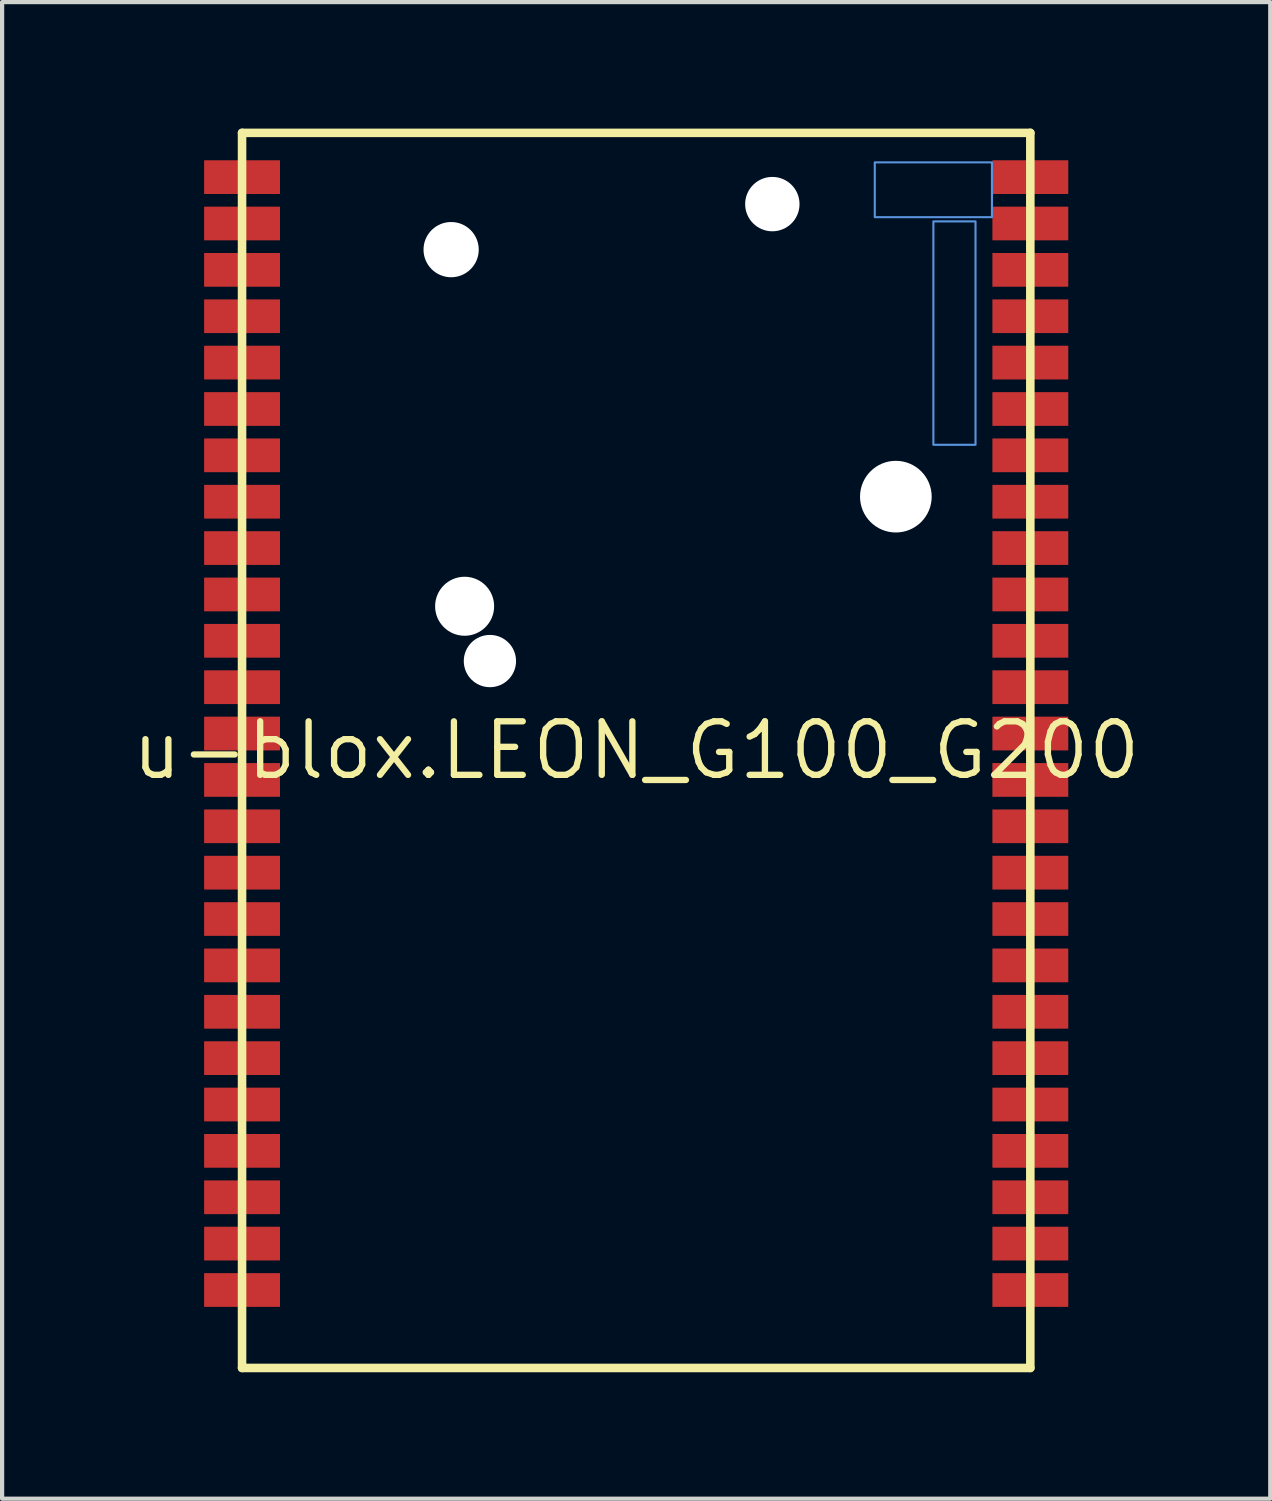
<source format=kicad_pcb>
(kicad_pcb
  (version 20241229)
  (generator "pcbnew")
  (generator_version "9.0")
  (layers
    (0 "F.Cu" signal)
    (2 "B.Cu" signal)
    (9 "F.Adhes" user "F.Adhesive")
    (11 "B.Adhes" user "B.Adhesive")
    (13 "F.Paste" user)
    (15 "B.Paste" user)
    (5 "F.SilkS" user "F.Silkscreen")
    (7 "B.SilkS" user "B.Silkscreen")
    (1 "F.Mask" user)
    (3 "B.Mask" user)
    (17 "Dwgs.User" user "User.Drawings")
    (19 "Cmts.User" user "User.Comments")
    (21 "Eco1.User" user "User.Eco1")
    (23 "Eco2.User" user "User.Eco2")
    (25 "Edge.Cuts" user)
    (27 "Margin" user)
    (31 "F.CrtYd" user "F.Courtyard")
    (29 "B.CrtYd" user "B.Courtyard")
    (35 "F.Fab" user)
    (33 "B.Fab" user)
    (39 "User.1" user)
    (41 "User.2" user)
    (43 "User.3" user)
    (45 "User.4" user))
  (footprint "u-blox.LEON_G100_G200"
    (layer "F.Cu")
    (at 12.042 14.752)
    (property "Reference" "u-blox.LEON_G100_G200" (at 0 0 0) (layer "F.SilkS") (effects (font (size 1.27 1.27) (thickness 0.15))))
    (attr smd)
    (fp_rect (start -11.4 -13.15) (end -8.4 -14.05) (stroke (width 0.05) (type default)) (fill yes) (layer "F.Mask"))
    (fp_rect (start -11.4 -12.05) (end -8.4 -12.95) (stroke (width 0.05) (type default)) (fill yes) (layer "F.Mask"))
    (fp_rect (start -11.4 -10.95) (end -8.4 -11.85) (stroke (width 0.05) (type default)) (fill yes) (layer "F.Mask"))
    (fp_rect (start -11.4 -9.85) (end -8.4 -10.75) (stroke (width 0.05) (type default)) (fill yes) (layer "F.Mask"))
    (fp_rect (start -11.4 -8.75) (end -8.4 -9.65) (stroke (width 0.05) (type default)) (fill yes) (layer "F.Mask"))
    (fp_rect (start -11.4 -7.65) (end -8.4 -8.55) (stroke (width 0.05) (type default)) (fill yes) (layer "F.Mask"))
    (fp_rect (start -11.4 -6.55) (end -8.4 -7.45) (stroke (width 0.05) (type default)) (fill yes) (layer "F.Mask"))
    (fp_rect (start -11.4 -5.45) (end -8.4 -6.35) (stroke (width 0.05) (type default)) (fill yes) (layer "F.Mask"))
    (fp_rect (start -11.4 -4.35) (end -8.4 -5.25) (stroke (width 0.05) (type default)) (fill yes) (layer "F.Mask"))
    (fp_rect (start -11.4 -3.25) (end -8.4 -4.15) (stroke (width 0.05) (type default)) (fill yes) (layer "F.Mask"))
    (fp_rect (start -11.4 -2.15) (end -8.4 -3.05) (stroke (width 0.05) (type default)) (fill yes) (layer "F.Mask"))
    (fp_rect (start -11.4 -1.05) (end -8.4 -1.95) (stroke (width 0.05) (type default)) (fill yes) (layer "F.Mask"))
    (fp_rect (start -11.4 0.05) (end -8.4 -0.85) (stroke (width 0.05) (type default)) (fill yes) (layer "F.Mask"))
    (fp_rect (start -11.4 1.15) (end -8.4 0.25) (stroke (width 0.05) (type default)) (fill yes) (layer "F.Mask"))
    (fp_rect (start -11.4 2.25) (end -8.4 1.35) (stroke (width 0.05) (type default)) (fill yes) (layer "F.Mask"))
    (fp_rect (start -11.4 3.35) (end -8.4 2.45) (stroke (width 0.05) (type default)) (fill yes) (layer "F.Mask"))
    (fp_rect (start -11.4 4.45) (end -8.4 3.55) (stroke (width 0.05) (type default)) (fill yes) (layer "F.Mask"))
    (fp_rect (start -11.4 5.55) (end -8.4 4.65) (stroke (width 0.05) (type default)) (fill yes) (layer "F.Mask"))
    (fp_rect (start -11.4 6.65) (end -8.4 5.75) (stroke (width 0.05) (type default)) (fill yes) (layer "F.Mask"))
    (fp_rect (start -11.4 7.75) (end -8.4 6.85) (stroke (width 0.05) (type default)) (fill yes) (layer "F.Mask"))
    (fp_rect (start -11.4 8.85) (end -8.4 7.95) (stroke (width 0.05) (type default)) (fill yes) (layer "F.Mask"))
    (fp_rect (start -11.4 9.95) (end -8.4 9.05) (stroke (width 0.05) (type default)) (fill yes) (layer "F.Mask"))
    (fp_rect (start -11.4 11.05) (end -8.4 10.15) (stroke (width 0.05) (type default)) (fill yes) (layer "F.Mask"))
    (fp_rect (start -11.4 12.15) (end -8.4 11.25) (stroke (width 0.05) (type default)) (fill yes) (layer "F.Mask"))
    (fp_rect (start -11.4 13.25) (end -8.4 12.35) (stroke (width 0.05) (type default)) (fill yes) (layer "F.Mask"))
    (fp_rect (start 8.4 -13.15) (end 11.4 -14.05) (stroke (width 0.05) (type default)) (fill yes) (layer "F.Mask"))
    (fp_rect (start 8.4 -12.05) (end 11.4 -12.95) (stroke (width 0.05) (type default)) (fill yes) (layer "F.Mask"))
    (fp_rect (start 8.4 -10.95) (end 11.4 -11.85) (stroke (width 0.05) (type default)) (fill yes) (layer "F.Mask"))
    (fp_rect (start 8.4 -9.85) (end 11.4 -10.75) (stroke (width 0.05) (type default)) (fill yes) (layer "F.Mask"))
    (fp_rect (start 8.4 -8.75) (end 11.4 -9.65) (stroke (width 0.05) (type default)) (fill yes) (layer "F.Mask"))
    (fp_rect (start 8.4 -7.65) (end 11.4 -8.55) (stroke (width 0.05) (type default)) (fill yes) (layer "F.Mask"))
    (fp_rect (start 8.4 -6.55) (end 11.4 -7.45) (stroke (width 0.05) (type default)) (fill yes) (layer "F.Mask"))
    (fp_rect (start 8.4 -5.45) (end 11.4 -6.35) (stroke (width 0.05) (type default)) (fill yes) (layer "F.Mask"))
    (fp_rect (start 8.4 -4.35) (end 11.4 -5.25) (stroke (width 0.05) (type default)) (fill yes) (layer "F.Mask"))
    (fp_rect (start 8.4 -3.25) (end 11.4 -4.15) (stroke (width 0.05) (type default)) (fill yes) (layer "F.Mask"))
    (fp_rect (start 8.4 -2.15) (end 11.4 -3.05) (stroke (width 0.05) (type default)) (fill yes) (layer "F.Mask"))
    (fp_rect (start 8.4 -1.05) (end 11.4 -1.95) (stroke (width 0.05) (type default)) (fill yes) (layer "F.Mask"))
    (fp_rect (start 8.4 0.05) (end 11.4 -0.85) (stroke (width 0.05) (type default)) (fill yes) (layer "F.Mask"))
    (fp_rect (start 8.4 1.15) (end 11.4 0.25) (stroke (width 0.05) (type default)) (fill yes) (layer "F.Mask"))
    (fp_rect (start 8.4 2.25) (end 11.4 1.35) (stroke (width 0.05) (type default)) (fill yes) (layer "F.Mask"))
    (fp_rect (start 8.4 3.35) (end 11.4 2.45) (stroke (width 0.05) (type default)) (fill yes) (layer "F.Mask"))
    (fp_rect (start 8.4 4.45) (end 11.4 3.55) (stroke (width 0.05) (type default)) (fill yes) (layer "F.Mask"))
    (fp_rect (start 8.4 5.55) (end 11.4 4.65) (stroke (width 0.05) (type default)) (fill yes) (layer "F.Mask"))
    (fp_rect (start 8.4 6.65) (end 11.4 5.75) (stroke (width 0.05) (type default)) (fill yes) (layer "F.Mask"))
    (fp_rect (start 8.4 7.75) (end 11.4 6.85) (stroke (width 0.05) (type default)) (fill yes) (layer "F.Mask"))
    (fp_rect (start 8.4 8.85) (end 11.4 7.95) (stroke (width 0.05) (type default)) (fill yes) (layer "F.Mask"))
    (fp_rect (start 8.4 9.95) (end 11.4 9.05) (stroke (width 0.05) (type default)) (fill yes) (layer "F.Mask"))
    (fp_rect (start 8.4 11.05) (end 11.4 10.15) (stroke (width 0.05) (type default)) (fill yes) (layer "F.Mask"))
    (fp_rect (start 8.4 12.15) (end 11.4 11.25) (stroke (width 0.05) (type default)) (fill yes) (layer "F.Mask"))
    (fp_rect (start 8.4 13.25) (end 11.4 12.35) (stroke (width 0.05) (type default)) (fill yes) (layer "F.Mask"))
    (fp_line (start -9.35 -14.65) (end 9.35 -14.65) (stroke (width 0.203) (type default)) (layer "F.SilkS"))
    (fp_line (start -9.35 14.65) (end -9.35 -14.65) (stroke (width 0.203) (type default)) (layer "F.SilkS"))
    (fp_line (start 9.35 -14.65) (end 9.35 14.65) (stroke (width 0.203) (type default)) (layer "F.SilkS"))
    (fp_line (start 9.35 14.65) (end -9.35 14.65) (stroke (width 0.203) (type default)) (layer "F.SilkS"))
    (fp_rect (start -11.35 -13.2) (end -9.45 -14) (stroke (width 0.05) (type default)) (fill yes) (layer "F.Paste"))
    (fp_rect (start -11.35 -12.1) (end -9.45 -12.9) (stroke (width 0.05) (type default)) (fill yes) (layer "F.Paste"))
    (fp_rect (start -11.35 -11) (end -9.45 -11.8) (stroke (width 0.05) (type default)) (fill yes) (layer "F.Paste"))
    (fp_rect (start -11.35 -9.9) (end -9.45 -10.7) (stroke (width 0.05) (type default)) (fill yes) (layer "F.Paste"))
    (fp_rect (start -11.35 -8.8) (end -9.45 -9.6) (stroke (width 0.05) (type default)) (fill yes) (layer "F.Paste"))
    (fp_rect (start -11.35 -7.7) (end -9.45 -8.5) (stroke (width 0.05) (type default)) (fill yes) (layer "F.Paste"))
    (fp_rect (start -11.35 -6.6) (end -9.45 -7.4) (stroke (width 0.05) (type default)) (fill yes) (layer "F.Paste"))
    (fp_rect (start -11.35 -5.5) (end -9.45 -6.3) (stroke (width 0.05) (type default)) (fill yes) (layer "F.Paste"))
    (fp_rect (start -11.35 -4.4) (end -9.45 -5.2) (stroke (width 0.05) (type default)) (fill yes) (layer "F.Paste"))
    (fp_rect (start -11.35 -3.3) (end -9.45 -4.1) (stroke (width 0.05) (type default)) (fill yes) (layer "F.Paste"))
    (fp_rect (start -11.35 -2.2) (end -9.45 -3) (stroke (width 0.05) (type default)) (fill yes) (layer "F.Paste"))
    (fp_rect (start -11.35 -1.1) (end -9.45 -1.9) (stroke (width 0.05) (type default)) (fill yes) (layer "F.Paste"))
    (fp_rect (start -11.35 0) (end -9.45 -0.8) (stroke (width 0.05) (type default)) (fill yes) (layer "F.Paste"))
    (fp_rect (start -11.35 1.1) (end -9.45 0.3) (stroke (width 0.05) (type default)) (fill yes) (layer "F.Paste"))
    (fp_rect (start -11.35 2.2) (end -9.45 1.4) (stroke (width 0.05) (type default)) (fill yes) (layer "F.Paste"))
    (fp_rect (start -11.35 3.3) (end -9.45 2.5) (stroke (width 0.05) (type default)) (fill yes) (layer "F.Paste"))
    (fp_rect (start -11.35 4.4) (end -9.45 3.6) (stroke (width 0.05) (type default)) (fill yes) (layer "F.Paste"))
    (fp_rect (start -11.35 5.5) (end -9.45 4.7) (stroke (width 0.05) (type default)) (fill yes) (layer "F.Paste"))
    (fp_rect (start -11.35 6.6) (end -9.45 5.8) (stroke (width 0.05) (type default)) (fill yes) (layer "F.Paste"))
    (fp_rect (start -11.35 7.7) (end -9.45 6.9) (stroke (width 0.05) (type default)) (fill yes) (layer "F.Paste"))
    (fp_rect (start -11.35 8.8) (end -9.45 8) (stroke (width 0.05) (type default)) (fill yes) (layer "F.Paste"))
    (fp_rect (start -11.35 9.9) (end -9.45 9.1) (stroke (width 0.05) (type default)) (fill yes) (layer "F.Paste"))
    (fp_rect (start -11.35 11) (end -9.45 10.2) (stroke (width 0.05) (type default)) (fill yes) (layer "F.Paste"))
    (fp_rect (start -11.35 12.1) (end -9.45 11.3) (stroke (width 0.05) (type default)) (fill yes) (layer "F.Paste"))
    (fp_rect (start -11.35 13.2) (end -9.45 12.4) (stroke (width 0.05) (type default)) (fill yes) (layer "F.Paste"))
    (fp_rect (start -9.6 -13.3) (end -8.8 -13.9) (stroke (width 0.05) (type default)) (fill yes) (layer "F.Paste"))
    (fp_rect (start -9.6 -12.2) (end -8.8 -12.8) (stroke (width 0.05) (type default)) (fill yes) (layer "F.Paste"))
    (fp_rect (start -9.6 -11.1) (end -8.8 -11.7) (stroke (width 0.05) (type default)) (fill yes) (layer "F.Paste"))
    (fp_rect (start -9.6 -10) (end -8.8 -10.6) (stroke (width 0.05) (type default)) (fill yes) (layer "F.Paste"))
    (fp_rect (start -9.6 -8.9) (end -8.8 -9.5) (stroke (width 0.05) (type default)) (fill yes) (layer "F.Paste"))
    (fp_rect (start -9.6 -7.8) (end -8.8 -8.4) (stroke (width 0.05) (type default)) (fill yes) (layer "F.Paste"))
    (fp_rect (start -9.6 -6.7) (end -8.8 -7.3) (stroke (width 0.05) (type default)) (fill yes) (layer "F.Paste"))
    (fp_rect (start -9.6 -5.6) (end -8.8 -6.2) (stroke (width 0.05) (type default)) (fill yes) (layer "F.Paste"))
    (fp_rect (start -9.6 -4.5) (end -8.8 -5.1) (stroke (width 0.05) (type default)) (fill yes) (layer "F.Paste"))
    (fp_rect (start -9.6 -3.4) (end -8.8 -4) (stroke (width 0.05) (type default)) (fill yes) (layer "F.Paste"))
    (fp_rect (start -9.6 -2.3) (end -8.8 -2.9) (stroke (width 0.05) (type default)) (fill yes) (layer "F.Paste"))
    (fp_rect (start -9.6 -1.2) (end -8.8 -1.8) (stroke (width 0.05) (type default)) (fill yes) (layer "F.Paste"))
    (fp_rect (start -9.6 -0.1) (end -8.8 -0.7) (stroke (width 0.05) (type default)) (fill yes) (layer "F.Paste"))
    (fp_rect (start -9.6 1) (end -8.8 0.4) (stroke (width 0.05) (type default)) (fill yes) (layer "F.Paste"))
    (fp_rect (start -9.6 2.1) (end -8.8 1.5) (stroke (width 0.05) (type default)) (fill yes) (layer "F.Paste"))
    (fp_rect (start -9.6 3.2) (end -8.8 2.6) (stroke (width 0.05) (type default)) (fill yes) (layer "F.Paste"))
    (fp_rect (start -9.6 4.3) (end -8.8 3.7) (stroke (width 0.05) (type default)) (fill yes) (layer "F.Paste"))
    (fp_rect (start -9.6 5.4) (end -8.8 4.8) (stroke (width 0.05) (type default)) (fill yes) (layer "F.Paste"))
    (fp_rect (start -9.6 6.5) (end -8.8 5.9) (stroke (width 0.05) (type default)) (fill yes) (layer "F.Paste"))
    (fp_rect (start -9.6 7.6) (end -8.8 7) (stroke (width 0.05) (type default)) (fill yes) (layer "F.Paste"))
    (fp_rect (start -9.6 8.7) (end -8.8 8.1) (stroke (width 0.05) (type default)) (fill yes) (layer "F.Paste"))
    (fp_rect (start -9.6 9.8) (end -8.8 9.2) (stroke (width 0.05) (type default)) (fill yes) (layer "F.Paste"))
    (fp_rect (start -9.6 10.9) (end -8.8 10.3) (stroke (width 0.05) (type default)) (fill yes) (layer "F.Paste"))
    (fp_rect (start -9.6 12) (end -8.8 11.4) (stroke (width 0.05) (type default)) (fill yes) (layer "F.Paste"))
    (fp_rect (start -9.6 13.1) (end -8.8 12.5) (stroke (width 0.05) (type default)) (fill yes) (layer "F.Paste"))
    (fp_rect (start 8.8 -13.3) (end 9.6 -13.9) (stroke (width 0.05) (type default)) (fill yes) (layer "F.Paste"))
    (fp_rect (start 8.8 -12.2) (end 9.6 -12.8) (stroke (width 0.05) (type default)) (fill yes) (layer "F.Paste"))
    (fp_rect (start 8.8 -11.1) (end 9.6 -11.7) (stroke (width 0.05) (type default)) (fill yes) (layer "F.Paste"))
    (fp_rect (start 8.8 -10) (end 9.6 -10.6) (stroke (width 0.05) (type default)) (fill yes) (layer "F.Paste"))
    (fp_rect (start 8.8 -8.9) (end 9.6 -9.5) (stroke (width 0.05) (type default)) (fill yes) (layer "F.Paste"))
    (fp_rect (start 8.8 -7.8) (end 9.6 -8.4) (stroke (width 0.05) (type default)) (fill yes) (layer "F.Paste"))
    (fp_rect (start 8.8 -6.7) (end 9.6 -7.3) (stroke (width 0.05) (type default)) (fill yes) (layer "F.Paste"))
    (fp_rect (start 8.8 -5.6) (end 9.6 -6.2) (stroke (width 0.05) (type default)) (fill yes) (layer "F.Paste"))
    (fp_rect (start 8.8 -4.5) (end 9.6 -5.1) (stroke (width 0.05) (type default)) (fill yes) (layer "F.Paste"))
    (fp_rect (start 8.8 -3.4) (end 9.6 -4) (stroke (width 0.05) (type default)) (fill yes) (layer "F.Paste"))
    (fp_rect (start 8.8 -2.3) (end 9.6 -2.9) (stroke (width 0.05) (type default)) (fill yes) (layer "F.Paste"))
    (fp_rect (start 8.8 -1.2) (end 9.6 -1.8) (stroke (width 0.05) (type default)) (fill yes) (layer "F.Paste"))
    (fp_rect (start 8.8 -0.1) (end 9.6 -0.7) (stroke (width 0.05) (type default)) (fill yes) (layer "F.Paste"))
    (fp_rect (start 8.8 1) (end 9.6 0.4) (stroke (width 0.05) (type default)) (fill yes) (layer "F.Paste"))
    (fp_rect (start 8.8 2.1) (end 9.6 1.5) (stroke (width 0.05) (type default)) (fill yes) (layer "F.Paste"))
    (fp_rect (start 8.8 3.2) (end 9.6 2.6) (stroke (width 0.05) (type default)) (fill yes) (layer "F.Paste"))
    (fp_rect (start 8.8 4.3) (end 9.6 3.7) (stroke (width 0.05) (type default)) (fill yes) (layer "F.Paste"))
    (fp_rect (start 8.8 5.4) (end 9.6 4.8) (stroke (width 0.05) (type default)) (fill yes) (layer "F.Paste"))
    (fp_rect (start 8.8 6.5) (end 9.6 5.9) (stroke (width 0.05) (type default)) (fill yes) (layer "F.Paste"))
    (fp_rect (start 8.8 7.6) (end 9.6 7) (stroke (width 0.05) (type default)) (fill yes) (layer "F.Paste"))
    (fp_rect (start 8.8 8.7) (end 9.6 8.1) (stroke (width 0.05) (type default)) (fill yes) (layer "F.Paste"))
    (fp_rect (start 8.8 9.8) (end 9.6 9.2) (stroke (width 0.05) (type default)) (fill yes) (layer "F.Paste"))
    (fp_rect (start 8.8 10.9) (end 9.6 10.3) (stroke (width 0.05) (type default)) (fill yes) (layer "F.Paste"))
    (fp_rect (start 8.8 12) (end 9.6 11.4) (stroke (width 0.05) (type default)) (fill yes) (layer "F.Paste"))
    (fp_rect (start 8.8 13.1) (end 9.6 12.5) (stroke (width 0.05) (type default)) (fill yes) (layer "F.Paste"))
    (fp_rect (start 9.45 -13.2) (end 11.35 -14) (stroke (width 0.05) (type default)) (fill yes) (layer "F.Paste"))
    (fp_rect (start 9.45 -12.1) (end 11.35 -12.9) (stroke (width 0.05) (type default)) (fill yes) (layer "F.Paste"))
    (fp_rect (start 9.45 -11) (end 11.35 -11.8) (stroke (width 0.05) (type default)) (fill yes) (layer "F.Paste"))
    (fp_rect (start 9.45 -9.9) (end 11.35 -10.7) (stroke (width 0.05) (type default)) (fill yes) (layer "F.Paste"))
    (fp_rect (start 9.45 -8.8) (end 11.35 -9.6) (stroke (width 0.05) (type default)) (fill yes) (layer "F.Paste"))
    (fp_rect (start 9.45 -7.7) (end 11.35 -8.5) (stroke (width 0.05) (type default)) (fill yes) (layer "F.Paste"))
    (fp_rect (start 9.45 -6.6) (end 11.35 -7.4) (stroke (width 0.05) (type default)) (fill yes) (layer "F.Paste"))
    (fp_rect (start 9.45 -5.5) (end 11.35 -6.3) (stroke (width 0.05) (type default)) (fill yes) (layer "F.Paste"))
    (fp_rect (start 9.45 -4.4) (end 11.35 -5.2) (stroke (width 0.05) (type default)) (fill yes) (layer "F.Paste"))
    (fp_rect (start 9.45 -3.3) (end 11.35 -4.1) (stroke (width 0.05) (type default)) (fill yes) (layer "F.Paste"))
    (fp_rect (start 9.45 -2.2) (end 11.35 -3) (stroke (width 0.05) (type default)) (fill yes) (layer "F.Paste"))
    (fp_rect (start 9.45 -1.1) (end 11.35 -1.9) (stroke (width 0.05) (type default)) (fill yes) (layer "F.Paste"))
    (fp_rect (start 9.45 0) (end 11.35 -0.8) (stroke (width 0.05) (type default)) (fill yes) (layer "F.Paste"))
    (fp_rect (start 9.45 1.1) (end 11.35 0.3) (stroke (width 0.05) (type default)) (fill yes) (layer "F.Paste"))
    (fp_rect (start 9.45 2.2) (end 11.35 1.4) (stroke (width 0.05) (type default)) (fill yes) (layer "F.Paste"))
    (fp_rect (start 9.45 3.3) (end 11.35 2.5) (stroke (width 0.05) (type default)) (fill yes) (layer "F.Paste"))
    (fp_rect (start 9.45 4.4) (end 11.35 3.6) (stroke (width 0.05) (type default)) (fill yes) (layer "F.Paste"))
    (fp_rect (start 9.45 5.5) (end 11.35 4.7) (stroke (width 0.05) (type default)) (fill yes) (layer "F.Paste"))
    (fp_rect (start 9.45 6.6) (end 11.35 5.8) (stroke (width 0.05) (type default)) (fill yes) (layer "F.Paste"))
    (fp_rect (start 9.45 7.7) (end 11.35 6.9) (stroke (width 0.05) (type default)) (fill yes) (layer "F.Paste"))
    (fp_rect (start 9.45 8.8) (end 11.35 8) (stroke (width 0.05) (type default)) (fill yes) (layer "F.Paste"))
    (fp_rect (start 9.45 9.9) (end 11.35 9.1) (stroke (width 0.05) (type default)) (fill yes) (layer "F.Paste"))
    (fp_rect (start 9.45 11) (end 11.35 10.2) (stroke (width 0.05) (type default)) (fill yes) (layer "F.Paste"))
    (fp_rect (start 9.45 12.1) (end 11.35 11.3) (stroke (width 0.05) (type default)) (fill yes) (layer "F.Paste"))
    (fp_rect (start 9.45 13.2) (end 11.35 12.4) (stroke (width 0.05) (type default)) (fill yes) (layer "F.Paste"))
    (fp_rect (start 5.66 -12.65) (end 8.44 -13.95) (stroke (width 0.05) (type default)) (fill no) (layer "Cmts.User"))
    (fp_rect (start 7.05 -7.25) (end 8.05 -12.55) (stroke (width 0.05) (type default)) (fill no) (layer "Cmts.User"))
    (pad "" np_thru_hole circle (at -4.39 -11.88) (size 1.31 1.31) (drill 1.31) (layers "*.Cu" "*.Mask"))
    (pad "" np_thru_hole circle (at -4.07 -3.42) (size 1.4 1.4) (drill 1.4) (layers "*.Cu" "*.Mask"))
    (pad "" np_thru_hole circle (at -3.47 -2.12) (size 1.24 1.24) (drill 1.24) (layers "*.Cu" "*.Mask"))
    (pad "" np_thru_hole circle (at 3.23 -12.96) (size 1.29 1.29) (drill 1.29) (layers "*.Cu" "*.Mask"))
    (pad "" np_thru_hole circle (at 6.16 -6.02) (size 1.7 1.7) (drill 1.7) (layers "*.Cu" "*.Mask"))
    (pad "1" smd roundrect (at -9.35 -13.6) (size 1.8 0.8) (layers "F.Cu" "F.Mask" "F.Paste") (roundrect_rratio 0.01))
    (pad "2" smd roundrect (at -9.35 -12.5) (size 1.8 0.8) (layers "F.Cu" "F.Mask" "F.Paste") (roundrect_rratio 0.01))
    (pad "3" smd roundrect (at -9.35 -11.4) (size 1.8 0.8) (layers "F.Cu" "F.Mask" "F.Paste") (roundrect_rratio 0.01))
    (pad "4" smd roundrect (at -9.35 -10.3) (size 1.8 0.8) (layers "F.Cu" "F.Mask" "F.Paste") (roundrect_rratio 0.01))
    (pad "5" smd roundrect (at -9.35 -9.2) (size 1.8 0.8) (layers "F.Cu" "F.Mask" "F.Paste") (roundrect_rratio 0.01))
    (pad "6" smd roundrect (at -9.35 -8.1) (size 1.8 0.8) (layers "F.Cu" "F.Mask" "F.Paste") (roundrect_rratio 0.01))
    (pad "7" smd roundrect (at -9.35 -7) (size 1.8 0.8) (layers "F.Cu" "F.Mask" "F.Paste") (roundrect_rratio 0.01))
    (pad "8" smd roundrect (at -9.35 -5.9) (size 1.8 0.8) (layers "F.Cu" "F.Mask" "F.Paste") (roundrect_rratio 0.01))
    (pad "9" smd roundrect (at -9.35 -4.8) (size 1.8 0.8) (layers "F.Cu" "F.Mask" "F.Paste") (roundrect_rratio 0.01))
    (pad "10" smd roundrect (at -9.35 -3.7) (size 1.8 0.8) (layers "F.Cu" "F.Mask" "F.Paste") (roundrect_rratio 0.01))
    (pad "11" smd roundrect (at -9.35 -2.6) (size 1.8 0.8) (layers "F.Cu" "F.Mask" "F.Paste") (roundrect_rratio 0.01))
    (pad "12" smd roundrect (at -9.35 -1.5) (size 1.8 0.8) (layers "F.Cu" "F.Mask" "F.Paste") (roundrect_rratio 0.01))
    (pad "13" smd roundrect (at -9.35 -0.4) (size 1.8 0.8) (layers "F.Cu" "F.Mask" "F.Paste") (roundrect_rratio 0.01))
    (pad "14" smd roundrect (at -9.35 0.7) (size 1.8 0.8) (layers "F.Cu" "F.Mask" "F.Paste") (roundrect_rratio 0.01))
    (pad "15" smd roundrect (at -9.35 1.8) (size 1.8 0.8) (layers "F.Cu" "F.Mask" "F.Paste") (roundrect_rratio 0.01))
    (pad "16" smd roundrect (at -9.35 2.9) (size 1.8 0.8) (layers "F.Cu" "F.Mask" "F.Paste") (roundrect_rratio 0.01))
    (pad "17" smd roundrect (at -9.35 4) (size 1.8 0.8) (layers "F.Cu" "F.Mask" "F.Paste") (roundrect_rratio 0.01))
    (pad "18" smd roundrect (at -9.35 5.1) (size 1.8 0.8) (layers "F.Cu" "F.Mask" "F.Paste") (roundrect_rratio 0.01))
    (pad "19" smd roundrect (at -9.35 6.2) (size 1.8 0.8) (layers "F.Cu" "F.Mask" "F.Paste") (roundrect_rratio 0.01))
    (pad "20" smd roundrect (at -9.35 7.3) (size 1.8 0.8) (layers "F.Cu" "F.Mask" "F.Paste") (roundrect_rratio 0.01))
    (pad "21" smd roundrect (at -9.35 8.4) (size 1.8 0.8) (layers "F.Cu" "F.Mask" "F.Paste") (roundrect_rratio 0.01))
    (pad "22" smd roundrect (at -9.35 9.5) (size 1.8 0.8) (layers "F.Cu" "F.Mask" "F.Paste") (roundrect_rratio 0.01))
    (pad "23" smd roundrect (at -9.35 10.6) (size 1.8 0.8) (layers "F.Cu" "F.Mask" "F.Paste") (roundrect_rratio 0.01))
    (pad "24" smd roundrect (at -9.35 11.7) (size 1.8 0.8) (layers "F.Cu" "F.Mask" "F.Paste") (roundrect_rratio 0.01))
    (pad "25" smd roundrect (at -9.35 12.8) (size 1.8 0.8) (layers "F.Cu" "F.Mask" "F.Paste") (roundrect_rratio 0.01))
    (pad "26" smd roundrect (at 9.35 12.8 180) (size 1.8 0.8) (layers "F.Cu" "F.Mask" "F.Paste") (roundrect_rratio 0.01))
    (pad "27" smd roundrect (at 9.35 11.7 180) (size 1.8 0.8) (layers "F.Cu" "F.Mask" "F.Paste") (roundrect_rratio 0.01))
    (pad "28" smd roundrect (at 9.35 10.6 180) (size 1.8 0.8) (layers "F.Cu" "F.Mask" "F.Paste") (roundrect_rratio 0.01))
    (pad "29" smd roundrect (at 9.35 9.5 180) (size 1.8 0.8) (layers "F.Cu" "F.Mask" "F.Paste") (roundrect_rratio 0.01))
    (pad "30" smd roundrect (at 9.35 8.4 180) (size 1.8 0.8) (layers "F.Cu" "F.Mask" "F.Paste") (roundrect_rratio 0.01))
    (pad "31" smd roundrect (at 9.35 7.3 180) (size 1.8 0.8) (layers "F.Cu" "F.Mask" "F.Paste") (roundrect_rratio 0.01))
    (pad "32" smd roundrect (at 9.35 6.2 180) (size 1.8 0.8) (layers "F.Cu" "F.Mask" "F.Paste") (roundrect_rratio 0.01))
    (pad "33" smd roundrect (at 9.35 5.1 180) (size 1.8 0.8) (layers "F.Cu" "F.Mask" "F.Paste") (roundrect_rratio 0.01))
    (pad "34" smd roundrect (at 9.35 4 180) (size 1.8 0.8) (layers "F.Cu" "F.Mask" "F.Paste") (roundrect_rratio 0.01))
    (pad "35" smd roundrect (at 9.35 2.9 180) (size 1.8 0.8) (layers "F.Cu" "F.Mask" "F.Paste") (roundrect_rratio 0.01))
    (pad "36" smd roundrect (at 9.35 1.8 180) (size 1.8 0.8) (layers "F.Cu" "F.Mask" "F.Paste") (roundrect_rratio 0.01))
    (pad "37" smd roundrect (at 9.35 0.7 180) (size 1.8 0.8) (layers "F.Cu" "F.Mask" "F.Paste") (roundrect_rratio 0.01))
    (pad "38" smd roundrect (at 9.35 -0.4 180) (size 1.8 0.8) (layers "F.Cu" "F.Mask" "F.Paste") (roundrect_rratio 0.01))
    (pad "39" smd roundrect (at 9.35 -1.5 180) (size 1.8 0.8) (layers "F.Cu" "F.Mask" "F.Paste") (roundrect_rratio 0.01))
    (pad "40" smd roundrect (at 9.35 -2.6 180) (size 1.8 0.8) (layers "F.Cu" "F.Mask" "F.Paste") (roundrect_rratio 0.01))
    (pad "41" smd roundrect (at 9.35 -3.7 180) (size 1.8 0.8) (layers "F.Cu" "F.Mask" "F.Paste") (roundrect_rratio 0.01))
    (pad "42" smd roundrect (at 9.35 -4.8 180) (size 1.8 0.8) (layers "F.Cu" "F.Mask" "F.Paste") (roundrect_rratio 0.01))
    (pad "43" smd roundrect (at 9.35 -5.9 180) (size 1.8 0.8) (layers "F.Cu" "F.Mask" "F.Paste") (roundrect_rratio 0.01))
    (pad "44" smd roundrect (at 9.35 -7 180) (size 1.8 0.8) (layers "F.Cu" "F.Mask" "F.Paste") (roundrect_rratio 0.01))
    (pad "45" smd roundrect (at 9.35 -8.1 180) (size 1.8 0.8) (layers "F.Cu" "F.Mask" "F.Paste") (roundrect_rratio 0.01))
    (pad "46" smd roundrect (at 9.35 -9.2 180) (size 1.8 0.8) (layers "F.Cu" "F.Mask" "F.Paste") (roundrect_rratio 0.01))
    (pad "47" smd roundrect (at 9.35 -10.3 180) (size 1.8 0.8) (layers "F.Cu" "F.Mask" "F.Paste") (roundrect_rratio 0.01))
    (pad "48" smd roundrect (at 9.35 -11.4 180) (size 1.8 0.8) (layers "F.Cu" "F.Mask" "F.Paste") (roundrect_rratio 0.01))
    (pad "49" smd roundrect (at 9.35 -12.5 180) (size 1.8 0.8) (layers "F.Cu" "F.Mask" "F.Paste") (roundrect_rratio 0.01))
    (pad "50" smd roundrect (at 9.35 -13.6 180) (size 1.8 0.8) (layers "F.Cu" "F.Mask" "F.Paste") (roundrect_rratio 0.01)))
  (gr_rect
    (start -3 -3)
    (end 27.084 32.503)
    (stroke (width 0.1) (type default))
    (fill no)
    (layer "Edge.Cuts")))
</source>
